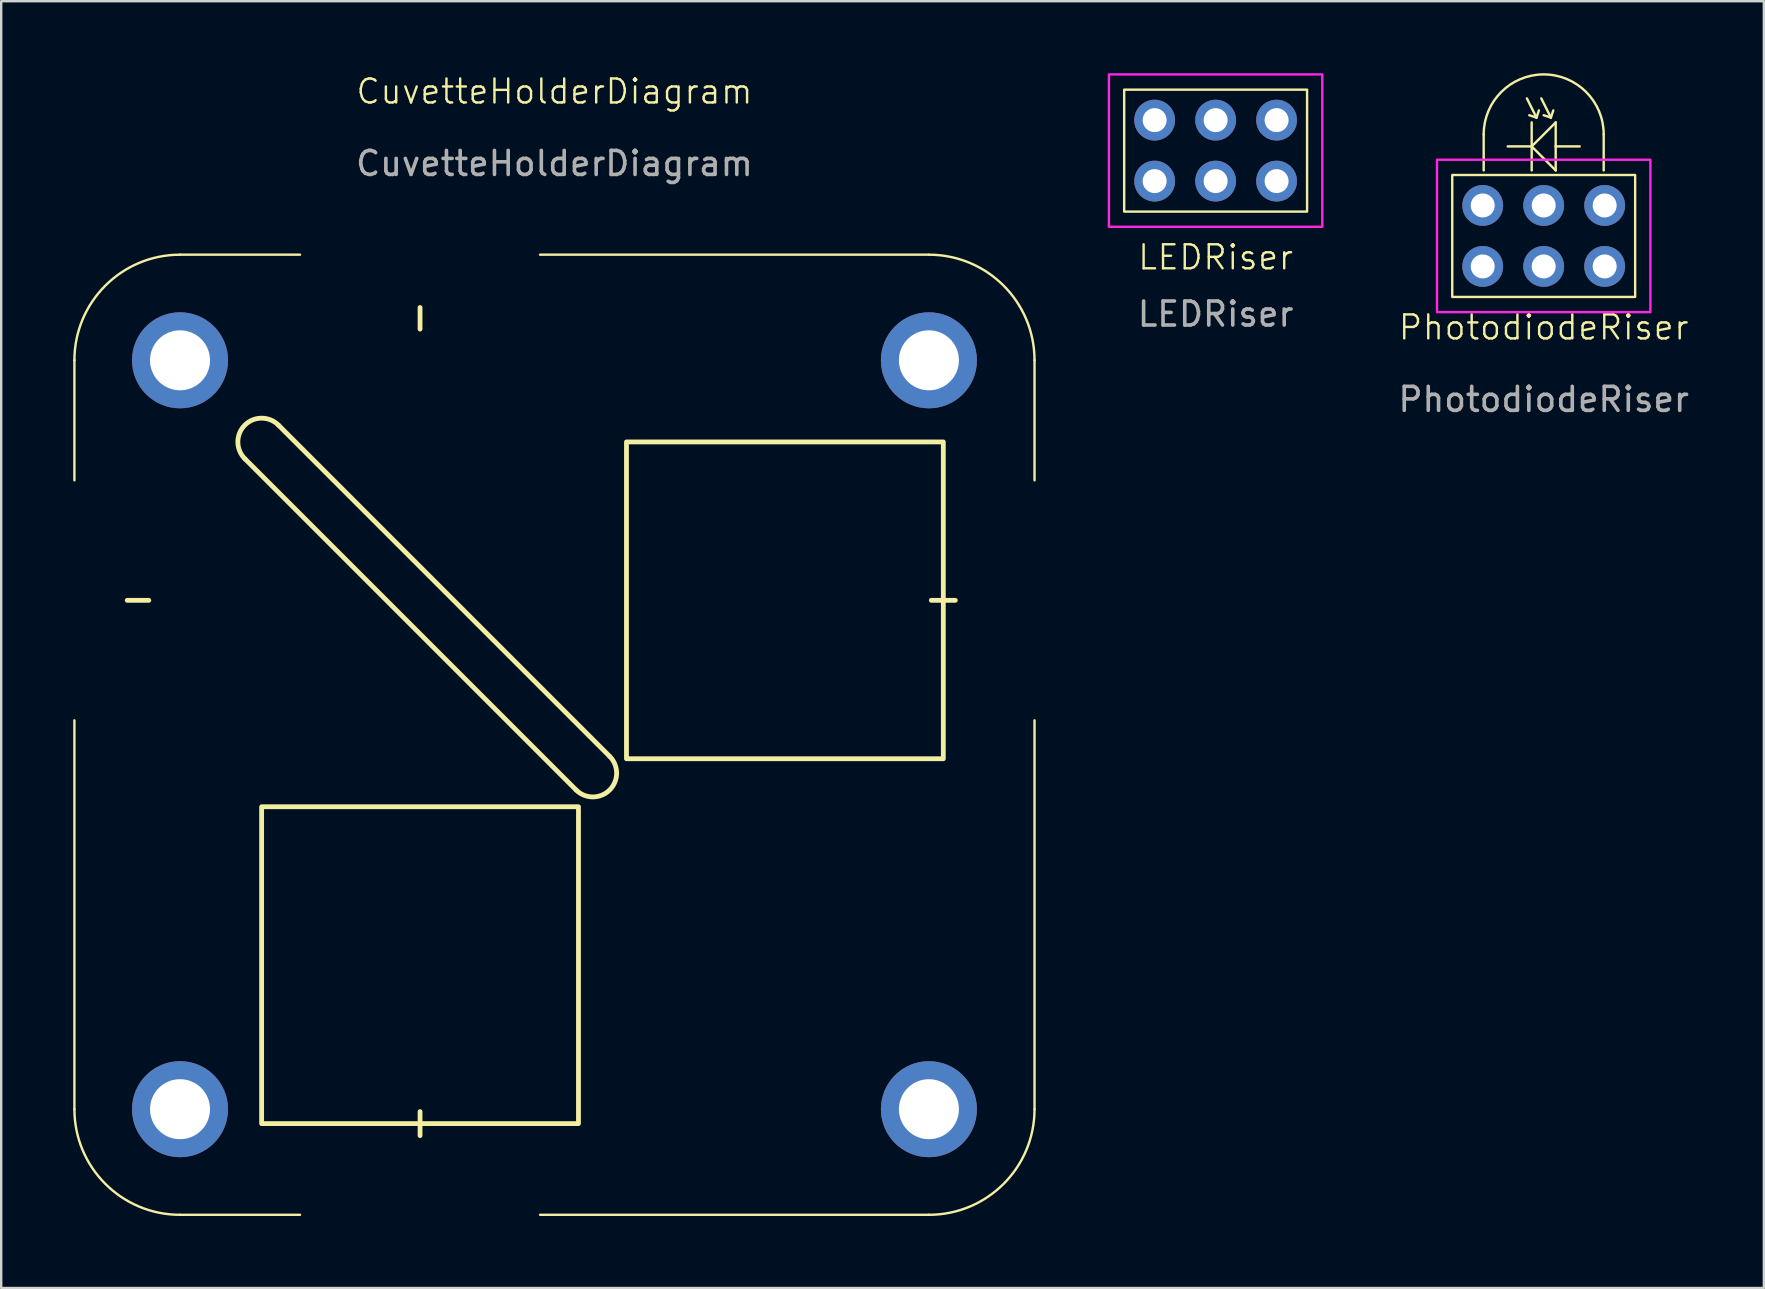
<source format=kicad_pcb>
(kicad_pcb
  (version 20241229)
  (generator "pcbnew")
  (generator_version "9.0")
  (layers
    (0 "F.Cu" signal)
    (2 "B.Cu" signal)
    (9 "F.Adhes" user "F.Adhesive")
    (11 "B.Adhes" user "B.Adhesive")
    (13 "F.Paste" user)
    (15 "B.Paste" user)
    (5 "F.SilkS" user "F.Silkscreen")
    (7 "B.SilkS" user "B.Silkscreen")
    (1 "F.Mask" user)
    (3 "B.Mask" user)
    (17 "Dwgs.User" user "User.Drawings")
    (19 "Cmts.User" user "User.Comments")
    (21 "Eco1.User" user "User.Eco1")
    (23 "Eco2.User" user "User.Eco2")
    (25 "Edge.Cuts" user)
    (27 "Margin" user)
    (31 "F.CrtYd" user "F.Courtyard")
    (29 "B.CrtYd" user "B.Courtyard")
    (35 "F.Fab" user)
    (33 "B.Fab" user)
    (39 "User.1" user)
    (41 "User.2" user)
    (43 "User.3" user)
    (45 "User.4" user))
  (footprint "LEDRiser"
    (layer "F.Cu")
    (at 47.595 3.225)
    (property "Reference" "LEDRiser" (at 0 4.445 0) (unlocked yes) (layer "F.SilkS") (effects (font (size 1 1) (thickness 0.1))))
    (attr through_hole)
    (fp_rect (start -3.81 -2.54) (end 3.81 2.54) (stroke (width 0.1) (type default)) (fill no) (layer "F.SilkS"))
    (fp_rect (start -4.445 -3.175) (end 4.445 3.175) (stroke (width 0.1) (type default)) (fill no) (layer "F.CrtYd"))
    (fp_text user "${REFERENCE}" (at 0 6.81 0) (unlocked yes) (layer "F.Fab") (effects (font (size 1 1) (thickness 0.15))))
    (pad "1" thru_hole circle (at -2.54 1.27) (size 1.7 1.7) (drill 1) (layers "*.Cu" "*.Mask"))
    (pad "2" thru_hole circle (at -2.54 -1.27) (size 1.7 1.7) (drill 1) (layers "*.Cu" "*.Mask"))
    (pad "3" thru_hole circle (at 0 -1.27) (size 1.7 1.7) (drill 1) (layers "*.Cu" "*.Mask"))
    (pad "4" thru_hole circle (at 2.54 -1.27) (size 1.7 1.7) (drill 1) (layers "*.Cu" "*.Mask"))
    (pad "5" thru_hole circle (at 0 1.27) (size 1.7 1.7) (drill 1) (layers "*.Cu" "*.Mask"))
    (pad "5" thru_hole circle (at 2.54 1.27) (size 1.7 1.7) (drill 1) (layers "*.Cu" "*.Mask")))
  (footprint "CuvetteHolderDiagram"
    (layer "F.Cu")
    (at 20.05 27.561)
    (property "Reference" "CuvetteHolderDiagram" (at 0 -26.8 0) (unlocked yes) (layer "F.SilkS") (effects (font (size 1 1) (thickness 0.1))))
    (attr through_hole)
    (fp_line (start -20 -15.6) (end -20 -10.6) (stroke (width 0.1) (type default)) (layer "F.SilkS"))
    (fp_line (start -20 15.6) (end -20 -0.6) (stroke (width 0.1) (type default)) (layer "F.SilkS"))
    (fp_line (start -16.9 -5.6) (end -17.8 -5.6) (stroke (width 0.2) (type default)) (layer "F.SilkS"))
    (fp_line (start -15.6 -20) (end -10.6 -20) (stroke (width 0.1) (type default)) (layer "F.SilkS"))
    (fp_line (start -15.6 20) (end -10.6 20) (stroke (width 0.1) (type default)) (layer "F.SilkS"))
    (fp_line (start -12.9 -11.5) (end 0.9 2.3) (stroke (width 0.2) (type default)) (layer "F.SilkS"))
    (fp_line (start -11.5 -12.9) (end 2.3 0.9) (stroke (width 0.2) (type default)) (layer "F.SilkS"))
    (fp_line (start -5.6 -17.8) (end -5.6 -16.9) (stroke (width 0.2) (type default)) (layer "F.SilkS"))
    (fp_line (start -5.6 16.7) (end -5.6 15.7) (stroke (width 0.2) (type default)) (layer "F.SilkS"))
    (fp_line (start 15.6 -20) (end -0.6 -20) (stroke (width 0.1) (type default)) (layer "F.SilkS"))
    (fp_line (start 15.6 20) (end -0.6 20) (stroke (width 0.1) (type default)) (layer "F.SilkS"))
    (fp_line (start 15.7 -5.6) (end 16.7 -5.6) (stroke (width 0.2) (type default)) (layer "F.SilkS"))
    (fp_line (start 20 -15.6) (end 20 -10.6) (stroke (width 0.1) (type default)) (layer "F.SilkS"))
    (fp_line (start 20 15.6) (end 20 -0.6) (stroke (width 0.1) (type default)) (layer "F.SilkS"))
    (fp_rect (start -12.2 3) (end 1 16.2) (stroke (width 0.2) (type solid)) (fill no) (layer "F.SilkS"))
    (fp_rect (start 3 -12.2) (end 16.2 1) (stroke (width 0.2) (type solid)) (fill no) (layer "F.SilkS"))
    (fp_arc (start -20 -15.6) (mid -18.71127 -18.71127) (end -15.6 -20) (stroke (width 0.1) (type default)) (layer "F.SilkS"))
    (fp_arc (start -15.6 20) (mid -18.71127 18.71127) (end -20 15.6) (stroke (width 0.1) (type default)) (layer "F.SilkS"))
    (fp_arc (start -12.9 -11.5) (mid -12.9 -12.9) (end -11.5 -12.9) (stroke (width 0.2) (type default)) (layer "F.SilkS"))
    (fp_arc (start 2.3 0.9) (mid 2.3 2.3) (end 0.9 2.3) (stroke (width 0.2) (type default)) (layer "F.SilkS"))
    (fp_arc (start 15.6 -20) (mid 18.71127 -18.71127) (end 20 -15.6) (stroke (width 0.1) (type default)) (layer "F.SilkS"))
    (fp_arc (start 20 15.6) (mid 18.71127 18.71127) (end 15.6 20) (stroke (width 0.1) (type default)) (layer "F.SilkS"))
    (fp_text user "${REFERENCE}" (at 0 -23.8 0) (unlocked yes) (layer "F.Fab") (effects (font (size 1 1) (thickness 0.15))))
    (pad "1" thru_hole circle (at 15.6 -15.6) (size 4 4) (drill 2.5) (layers "*.Cu" "*.Mask"))
    (pad "2" thru_hole circle (at 15.6 15.6) (size 4 4) (drill 2.5) (layers "*.Cu" "*.Mask"))
    (pad "3" thru_hole circle (at -15.6 15.6) (size 4 4) (drill 2.5) (layers "*.Cu" "*.Mask"))
    (pad "4" thru_hole circle (at -15.6 -15.6) (size 4 4) (drill 2.5) (layers "*.Cu" "*.Mask")))
  (footprint "PhotodiodeRiser"
    (layer "F.Cu")
    (at 61.263 8.05)
    (property "Reference" "PhotodiodeRiser" (at 0 2.54 0) (unlocked yes) (layer "F.SilkS") (effects (font (size 1 1) (thickness 0.1))))
    (attr through_hole)
    (fp_line (start -2.5 -4) (end -2.5 -5.5) (stroke (width 0.1) (type default)) (layer "F.SilkS"))
    (fp_line (start -0.6 -6.3) (end -0.3 -6.2) (stroke (width 0.1) (type default)) (layer "F.SilkS"))
    (fp_line (start -0.5 -6) (end -0.5 -4) (stroke (width 0.1) (type default)) (layer "F.SilkS"))
    (fp_line (start -0.5 -5) (end -1.5 -5) (stroke (width 0.1) (type default)) (layer "F.SilkS"))
    (fp_line (start -0.5 -5) (end 0.5 -4) (stroke (width 0.1) (type default)) (layer "F.SilkS"))
    (fp_line (start -0.3 -6.2) (end -0.7 -7) (stroke (width 0.1) (type default)) (layer "F.SilkS"))
    (fp_line (start -0.3 -6.2) (end -0.2 -6.5) (stroke (width 0.1) (type default)) (layer "F.SilkS"))
    (fp_line (start 0 -6.3) (end 0.3 -6.2) (stroke (width 0.1) (type default)) (layer "F.SilkS"))
    (fp_line (start 0.3 -6.2) (end -0.1 -7) (stroke (width 0.1) (type default)) (layer "F.SilkS"))
    (fp_line (start 0.3 -6.2) (end 0.4 -6.5) (stroke (width 0.1) (type default)) (layer "F.SilkS"))
    (fp_line (start 0.5 -6) (end -0.5 -5) (stroke (width 0.1) (type default)) (layer "F.SilkS"))
    (fp_line (start 0.5 -5) (end 0.5 -6) (stroke (width 0.1) (type default)) (layer "F.SilkS"))
    (fp_line (start 0.5 -4) (end 0.5 -5) (stroke (width 0.1) (type default)) (layer "F.SilkS"))
    (fp_line (start 1.5 -5) (end 0.5 -5) (stroke (width 0.1) (type default)) (layer "F.SilkS"))
    (fp_line (start 2.5 -4) (end 2.5 -5.5) (stroke (width 0.1) (type default)) (layer "F.SilkS"))
    (fp_rect (start -3.81 1.27) (end 3.81 -3.81) (stroke (width 0.1) (type default)) (fill no) (layer "F.SilkS"))
    (fp_arc (start -2.5 -5.5) (mid 0 -8) (end 2.5 -5.5) (stroke (width 0.1) (type default)) (layer "F.SilkS"))
    (fp_rect (start -4.445 -4.445) (end 4.445 1.905) (stroke (width 0.1) (type default)) (fill no) (layer "F.CrtYd"))
    (fp_text user "${REFERENCE}" (at 0 5.54 0) (unlocked yes) (layer "F.Fab") (effects (font (size 1 1) (thickness 0.15))))
    (pad "1" thru_hole circle (at -2.54 -2.54) (size 1.7 1.7) (drill 1) (layers "*.Cu" "*.Mask"))
    (pad "1" thru_hole circle (at -2.54 0) (size 1.7 1.7) (drill 1) (layers "*.Cu" "*.Mask"))
    (pad "2" thru_hole circle (at 0 -2.54) (size 1.7 1.7) (drill 1) (layers "*.Cu" "*.Mask"))
    (pad "2" thru_hole circle (at 0 0) (size 1.7 1.7) (drill 1) (layers "*.Cu" "*.Mask"))
    (pad "3" thru_hole circle (at 2.54 -2.54) (size 1.7 1.7) (drill 1) (layers "*.Cu" "*.Mask"))
    (pad "3" thru_hole circle (at 2.54 0) (size 1.7 1.7) (drill 1) (layers "*.Cu" "*.Mask")))
  (gr_rect
    (start -3 -3)
    (end 70.435 50.611)
    (stroke (width 0.1) (type default))
    (fill no)
    (layer "Edge.Cuts")))
</source>
